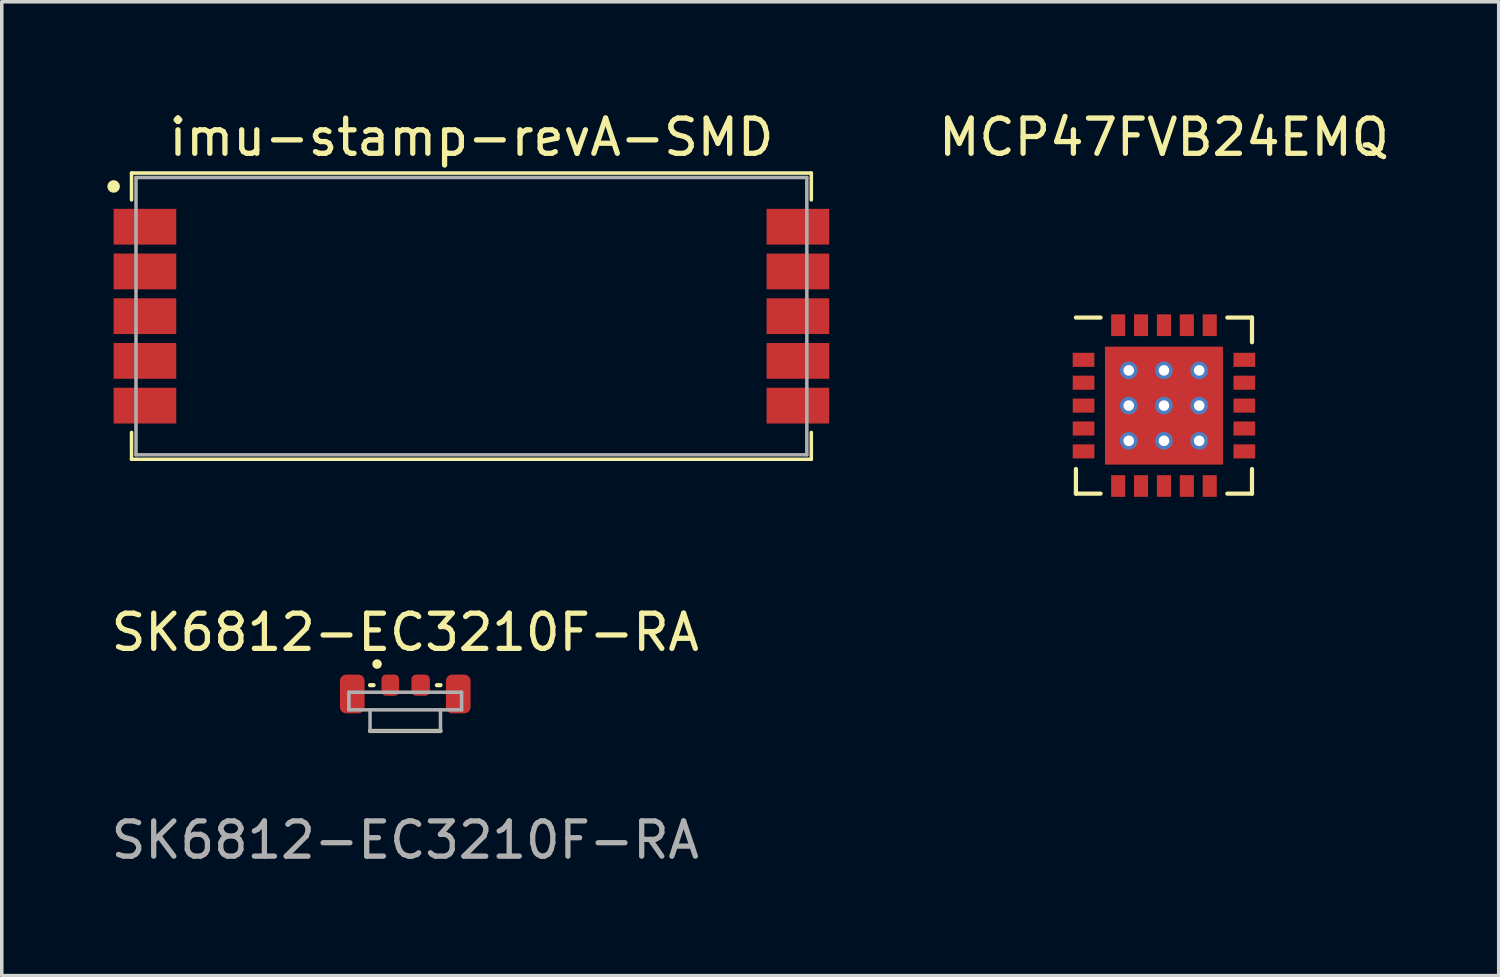
<source format=kicad_pcb>
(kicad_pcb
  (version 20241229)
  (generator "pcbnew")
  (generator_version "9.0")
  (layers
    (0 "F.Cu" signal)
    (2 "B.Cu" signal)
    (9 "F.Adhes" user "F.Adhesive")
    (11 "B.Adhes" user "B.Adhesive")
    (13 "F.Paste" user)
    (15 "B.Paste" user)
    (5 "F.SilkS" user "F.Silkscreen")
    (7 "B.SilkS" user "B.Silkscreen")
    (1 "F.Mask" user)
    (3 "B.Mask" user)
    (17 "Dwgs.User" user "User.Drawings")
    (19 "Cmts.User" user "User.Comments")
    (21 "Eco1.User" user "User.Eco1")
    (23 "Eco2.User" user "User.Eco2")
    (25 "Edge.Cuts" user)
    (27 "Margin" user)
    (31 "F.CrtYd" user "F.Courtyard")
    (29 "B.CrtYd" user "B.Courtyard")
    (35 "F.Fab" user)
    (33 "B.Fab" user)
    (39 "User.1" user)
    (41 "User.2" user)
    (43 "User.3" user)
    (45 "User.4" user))
  (footprint "imu-stamp-revA-SMD"
    (layer "F.Cu")
    (at 10.337 5.928)
    (property "Reference" "imu-stamp-revA-SMD" (at 0 -5.08 0) (unlocked yes) (layer "F.SilkS") (effects (font (size 1 1) (thickness 0.15))))
    (attr smd)
    (fp_line (start -9.652 -4.064) (end 9.652 -4.064) (stroke (width 0.1) (type solid)) (layer "F.SilkS"))
    (fp_line (start -9.652 -3.302) (end -9.652 -4.064) (stroke (width 0.1) (type solid)) (layer "F.SilkS"))
    (fp_line (start -9.652 3.302) (end -9.652 4.064) (stroke (width 0.1) (type solid)) (layer "F.SilkS"))
    (fp_line (start -9.652 4.064) (end 9.652 4.064) (stroke (width 0.1) (type solid)) (layer "F.SilkS"))
    (fp_line (start 9.652 -3.302) (end 9.652 -4.064) (stroke (width 0.1) (type solid)) (layer "F.SilkS"))
    (fp_line (start 9.652 3.302) (end 9.652 4.064) (stroke (width 0.1) (type solid)) (layer "F.SilkS"))
    (fp_circle (center -10.16 -3.683) (end -10.033 -3.683) (stroke (width 0.1) (type solid)) (fill yes) (layer "F.SilkS"))
    (fp_line (start -9.525 -3.937) (end 9.525 -3.937) (stroke (width 0.1) (type solid)) (layer "F.Fab"))
    (fp_line (start -9.525 3.937) (end -9.525 -3.937) (stroke (width 0.1) (type solid)) (layer "F.Fab"))
    (fp_line (start -9.525 3.937) (end 9.525 3.937) (stroke (width 0.1) (type solid)) (layer "F.Fab"))
    (fp_line (start 9.525 3.937) (end 9.525 -3.937) (stroke (width 0.1) (type solid)) (layer "F.Fab"))
    (pad "1" smd rect (at -9.271 -2.54 180) (size 1.778 1.016) (layers "F.Cu" "F.Mask" "F.Paste"))
    (pad "2" smd rect (at -9.271 -1.27 180) (size 1.778 1.016) (layers "F.Cu" "F.Mask" "F.Paste"))
    (pad "3" smd rect (at -9.271 0 180) (size 1.778 1.016) (layers "F.Cu" "F.Mask" "F.Paste"))
    (pad "4" smd rect (at -9.271 1.27 180) (size 1.778 1.016) (layers "F.Cu" "F.Mask" "F.Paste"))
    (pad "5" smd rect (at -9.271 2.54 180) (size 1.778 1.016) (layers "F.Cu" "F.Mask" "F.Paste"))
    (pad "6" smd rect (at 9.271 2.54) (size 1.778 1.016) (layers "F.Cu" "F.Mask" "F.Paste"))
    (pad "7" smd rect (at 9.271 1.27) (size 1.778 1.016) (layers "F.Cu" "F.Mask" "F.Paste"))
    (pad "8" smd rect (at 9.271 0) (size 1.778 1.016) (layers "F.Cu" "F.Mask" "F.Paste"))
    (pad "9" smd rect (at 9.271 -1.27) (size 1.778 1.016) (layers "F.Cu" "F.Mask" "F.Paste"))
    (pad "10" smd rect (at 9.271 -2.54) (size 1.778 1.016) (layers "F.Cu" "F.Mask" "F.Paste")))
  (footprint "MCP47FVB24EMQ"
    (layer "F.Cu")
    (at 30.003 8.468)
    (property "Reference" "MCP47FVB24EMQ" (at 0 -7.62 0) (unlocked yes) (layer "F.SilkS") (effects (font (size 1 1) (thickness 0.15))))
    (attr smd)
    (fp_line (start -2.5 1.8) (end -2.5 2.5) (stroke (width 0.12) (type solid)) (layer "F.SilkS"))
    (fp_line (start -1.8 -2.5) (end -2.5 -2.5) (stroke (width 0.12) (type solid)) (layer "F.SilkS"))
    (fp_line (start -1.8 2.5) (end -2.5 2.5) (stroke (width 0.12) (type solid)) (layer "F.SilkS"))
    (fp_line (start 1.8 -2.5) (end 2.5 -2.5) (stroke (width 0.12) (type solid)) (layer "F.SilkS"))
    (fp_line (start 1.8 2.5) (end 2.5 2.5) (stroke (width 0.12) (type solid)) (layer "F.SilkS"))
    (fp_line (start 2.5 -1.8) (end 2.5 -2.5) (stroke (width 0.12) (type solid)) (layer "F.SilkS"))
    (fp_line (start 2.5 1.8) (end 2.5 2.5) (stroke (width 0.12) (type solid)) (layer "F.SilkS"))
    (pad "1" smd rect (at -2.283 -1.3) (size 0.616 0.4) (layers "F.Cu" "F.Mask" "F.Paste"))
    (pad "2" smd rect (at -2.283 -0.65) (size 0.616 0.4) (layers "F.Cu" "F.Mask" "F.Paste"))
    (pad "3" smd rect (at -2.283 0) (size 0.616 0.4) (layers "F.Cu" "F.Mask" "F.Paste"))
    (pad "4" smd rect (at -2.283 0.65) (size 0.616 0.4) (layers "F.Cu" "F.Mask" "F.Paste"))
    (pad "5" smd rect (at -2.283 1.3) (size 0.616 0.4) (layers "F.Cu" "F.Mask" "F.Paste"))
    (pad "6" smd rect (at -1.3 2.283 90) (size 0.616 0.4) (layers "F.Cu" "F.Mask" "F.Paste"))
    (pad "7" smd rect (at -0.65 2.283 90) (size 0.616 0.4) (layers "F.Cu" "F.Mask" "F.Paste"))
    (pad "8" smd rect (at 0 2.283 90) (size 0.616 0.4) (layers "F.Cu" "F.Mask" "F.Paste"))
    (pad "9" smd rect (at 0.65 2.283 90) (size 0.616 0.4) (layers "F.Cu" "F.Mask" "F.Paste"))
    (pad "10" smd rect (at 1.3 2.283 90) (size 0.616 0.4) (layers "F.Cu" "F.Mask" "F.Paste"))
    (pad "11" smd rect (at 2.283 1.3) (size 0.616 0.4) (layers "F.Cu" "F.Mask" "F.Paste"))
    (pad "12" smd rect (at 2.283 0.65) (size 0.616 0.4) (layers "F.Cu" "F.Mask" "F.Paste"))
    (pad "13" smd rect (at 2.283 0) (size 0.616 0.4) (layers "F.Cu" "F.Mask" "F.Paste"))
    (pad "14" smd rect (at 2.283 -0.65) (size 0.616 0.4) (layers "F.Cu" "F.Mask" "F.Paste"))
    (pad "15" smd rect (at 2.283 -1.3) (size 0.616 0.4) (layers "F.Cu" "F.Mask" "F.Paste"))
    (pad "16" smd rect (at 1.3 -2.283 90) (size 0.616 0.4) (layers "F.Cu" "F.Mask" "F.Paste"))
    (pad "17" smd rect (at 0.65 -2.283 90) (size 0.616 0.4) (layers "F.Cu" "F.Mask" "F.Paste"))
    (pad "18" smd rect (at 0 -2.283 90) (size 0.616 0.4) (layers "F.Cu" "F.Mask" "F.Paste"))
    (pad "19" smd rect (at -0.65 -2.283 90) (size 0.616 0.4) (layers "F.Cu" "F.Mask" "F.Paste"))
    (pad "20" smd rect (at -1.3 -2.283 90) (size 0.616 0.4) (layers "F.Cu" "F.Mask" "F.Paste"))
    (pad "21" thru_hole circle (at -1 -1) (size 0.5 0.5) (drill 0.3) (layers "*.Cu" "*.Mask"))
    (pad "21" thru_hole circle (at -1 0) (size 0.5 0.5) (drill 0.3) (layers "*.Cu" "*.Mask"))
    (pad "21" thru_hole circle (at -1 1) (size 0.5 0.5) (drill 0.3) (layers "*.Cu" "*.Mask"))
    (pad "21" thru_hole circle (at 0 -1) (size 0.5 0.5) (drill 0.3) (layers "*.Cu" "*.Mask"))
    (pad "21" thru_hole circle (at 0 0) (size 0.5 0.5) (drill 0.3) (layers "*.Cu" "*.Mask"))
    (pad "21" smd rect (at 0 0) (size 3.35 3.35) (layers "F.Cu" "F.Mask" "F.Paste"))
    (pad "21" thru_hole circle (at 0 1) (size 0.5 0.5) (drill 0.3) (layers "*.Cu" "*.Mask"))
    (pad "21" thru_hole circle (at 1 -1) (size 0.5 0.5) (drill 0.3) (layers "*.Cu" "*.Mask"))
    (pad "21" thru_hole circle (at 1 0) (size 0.5 0.5) (drill 0.3) (layers "*.Cu" "*.Mask"))
    (pad "21" thru_hole circle (at 1 1) (size 0.5 0.5) (drill 0.3) (layers "*.Cu" "*.Mask")))
  (footprint "SK6812-EC3210F-RA"
    (layer "F.Cu")
    (at 8.458 17.207)
    (property "Reference" "SK6812-EC3210F-RA" (at 0 -2.3 0) (unlocked yes) (layer "F.SilkS") (effects (font (size 1 1) (thickness 0.15))))
    (attr smd)
    (fp_line (start -1 -0.8) (end -0.9 -0.8) (stroke (width 0.12) (type default)) (layer "F.SilkS"))
    (fp_line (start -1 0.5) (end 1 0.5) (stroke (width 0.12) (type default)) (layer "F.SilkS"))
    (fp_line (start 0.9 -0.8) (end 1 -0.8) (stroke (width 0.12) (type default)) (layer "F.SilkS"))
    (fp_circle (center -0.8 -1.4) (end -0.725 -1.4) (stroke (width 0.12) (type solid)) (fill yes) (layer "F.SilkS"))
    (fp_line (start -1.6 -0.6) (end -1.6 -0.1) (stroke (width 0.1) (type default)) (layer "F.Fab"))
    (fp_line (start -1 0.5) (end -1 -0.1) (stroke (width 0.1) (type default)) (layer "F.Fab"))
    (fp_line (start 1 0.5) (end -1 0.5) (stroke (width 0.1) (type default)) (layer "F.Fab"))
    (fp_line (start 1 0.5) (end 1 -0.1) (stroke (width 0.1) (type default)) (layer "F.Fab"))
    (fp_line (start 1.6 -0.6) (end -1.6 -0.6) (stroke (width 0.1) (type default)) (layer "F.Fab"))
    (fp_line (start 1.6 -0.6) (end 1.6 -0.1) (stroke (width 0.1) (type default)) (layer "F.Fab"))
    (fp_line (start 1.6 -0.1) (end -1.6 -0.1) (stroke (width 0.1) (type default)) (layer "F.Fab"))
    (fp_text user "${REFERENCE}" (at 0 3.6 0) (unlocked yes) (layer "F.Fab") (effects (font (size 1 1) (thickness 0.15))))
    (pad "1" smd roundrect (at -0.425 -0.8) (size 0.5 0.6) (layers "F.Cu" "F.Mask" "F.Paste") (roundrect_rratio 0.25))
    (pad "2" smd roundrect (at -1.505 -0.55) (size 0.7 1.1) (layers "F.Cu" "F.Mask" "F.Paste") (roundrect_rratio 0.25))
    (pad "3" smd roundrect (at 1.505 -0.55) (size 0.7 1.1) (layers "F.Cu" "F.Mask" "F.Paste") (roundrect_rratio 0.25))
    (pad "4" smd roundrect (at 0.438 -0.8) (size 0.525 0.6) (layers "F.Cu" "F.Mask" "F.Paste") (roundrect_rratio 0.25)))
  (gr_rect
    (start -3 -3)
    (end 39.509 24.656)
    (stroke (width 0.1) (type default))
    (fill no)
    (layer "Edge.Cuts")))
</source>
